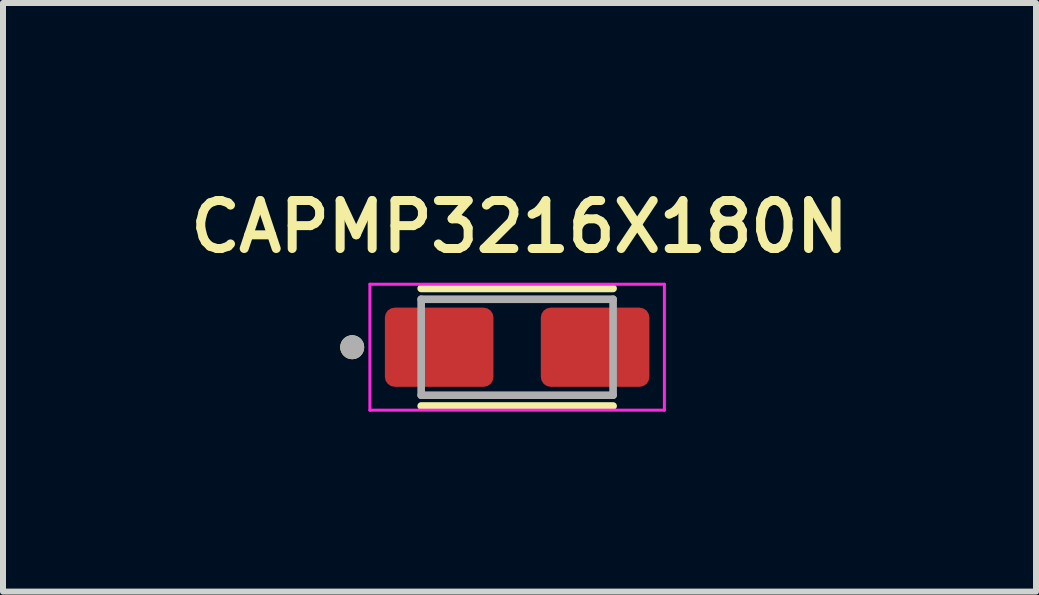
<source format=kicad_pcb>
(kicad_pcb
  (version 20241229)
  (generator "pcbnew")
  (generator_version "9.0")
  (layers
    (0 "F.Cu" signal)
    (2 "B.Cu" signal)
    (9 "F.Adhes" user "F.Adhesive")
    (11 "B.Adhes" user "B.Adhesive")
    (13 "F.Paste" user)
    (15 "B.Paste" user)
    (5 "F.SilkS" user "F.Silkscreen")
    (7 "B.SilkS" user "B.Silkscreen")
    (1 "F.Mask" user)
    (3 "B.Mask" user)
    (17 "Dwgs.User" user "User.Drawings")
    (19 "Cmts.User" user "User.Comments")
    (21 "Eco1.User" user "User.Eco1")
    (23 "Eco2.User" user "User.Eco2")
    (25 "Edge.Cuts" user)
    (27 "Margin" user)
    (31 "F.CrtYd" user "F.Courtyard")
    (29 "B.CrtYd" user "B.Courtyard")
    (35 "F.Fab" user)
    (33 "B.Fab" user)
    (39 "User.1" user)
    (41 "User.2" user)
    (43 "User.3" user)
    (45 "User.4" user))
  (footprint "CAPMP3216X180N"
    (layer "F.Cu")
    (at 5.572 2.739)
    (property "Reference" "CAPMP3216X180N" (at 0.04 -2.008 0) (layer "F.SilkS") (effects (font (size 0.8 0.8) (thickness 0.15))))
    (attr smd)
    (fp_line (start -1.6 -0.98) (end 1.6 -0.98) (stroke (width 0.127) (type solid)) (layer "F.SilkS"))
    (fp_line (start -1.6 0.98) (end 1.6 0.98) (stroke (width 0.127) (type solid)) (layer "F.SilkS"))
    (fp_circle (center -2.75 0) (end -2.65 0) (stroke (width 0.2) (type solid)) (fill no) (layer "F.SilkS"))
    (fp_line (start -2.455 -1.05) (end 2.455 -1.05) (stroke (width 0.05) (type solid)) (layer "F.CrtYd"))
    (fp_line (start -2.455 1.05) (end -2.455 -1.05) (stroke (width 0.05) (type solid)) (layer "F.CrtYd"))
    (fp_line (start 2.455 -1.05) (end 2.455 1.05) (stroke (width 0.05) (type solid)) (layer "F.CrtYd"))
    (fp_line (start 2.455 1.05) (end -2.455 1.05) (stroke (width 0.05) (type solid)) (layer "F.CrtYd"))
    (fp_line (start -1.6 -0.8) (end -1.6 0.8) (stroke (width 0.127) (type solid)) (layer "F.Fab"))
    (fp_line (start -1.6 0.8) (end 1.6 0.8) (stroke (width 0.127) (type solid)) (layer "F.Fab"))
    (fp_line (start 1.6 -0.8) (end -1.6 -0.8) (stroke (width 0.127) (type solid)) (layer "F.Fab"))
    (fp_line (start 1.6 0.8) (end 1.6 -0.8) (stroke (width 0.127) (type solid)) (layer "F.Fab"))
    (fp_circle (center -2.75 0) (end -2.65 0) (stroke (width 0.2) (type solid)) (fill no) (layer "F.Fab"))
    (pad "1" smd roundrect (at -1.3 0) (size 1.81 1.32) (layers "F.Cu" "F.Mask" "F.Paste") (roundrect_rratio 0.125))
    (pad "2" smd roundrect (at 1.3 0) (size 1.81 1.32) (layers "F.Cu" "F.Mask" "F.Paste") (roundrect_rratio 0.125)))
  (gr_rect
    (start -3 -3)
    (end 14.223 6.814)
    (stroke (width 0.1) (type default))
    (fill no)
    (layer "Edge.Cuts")))
</source>
